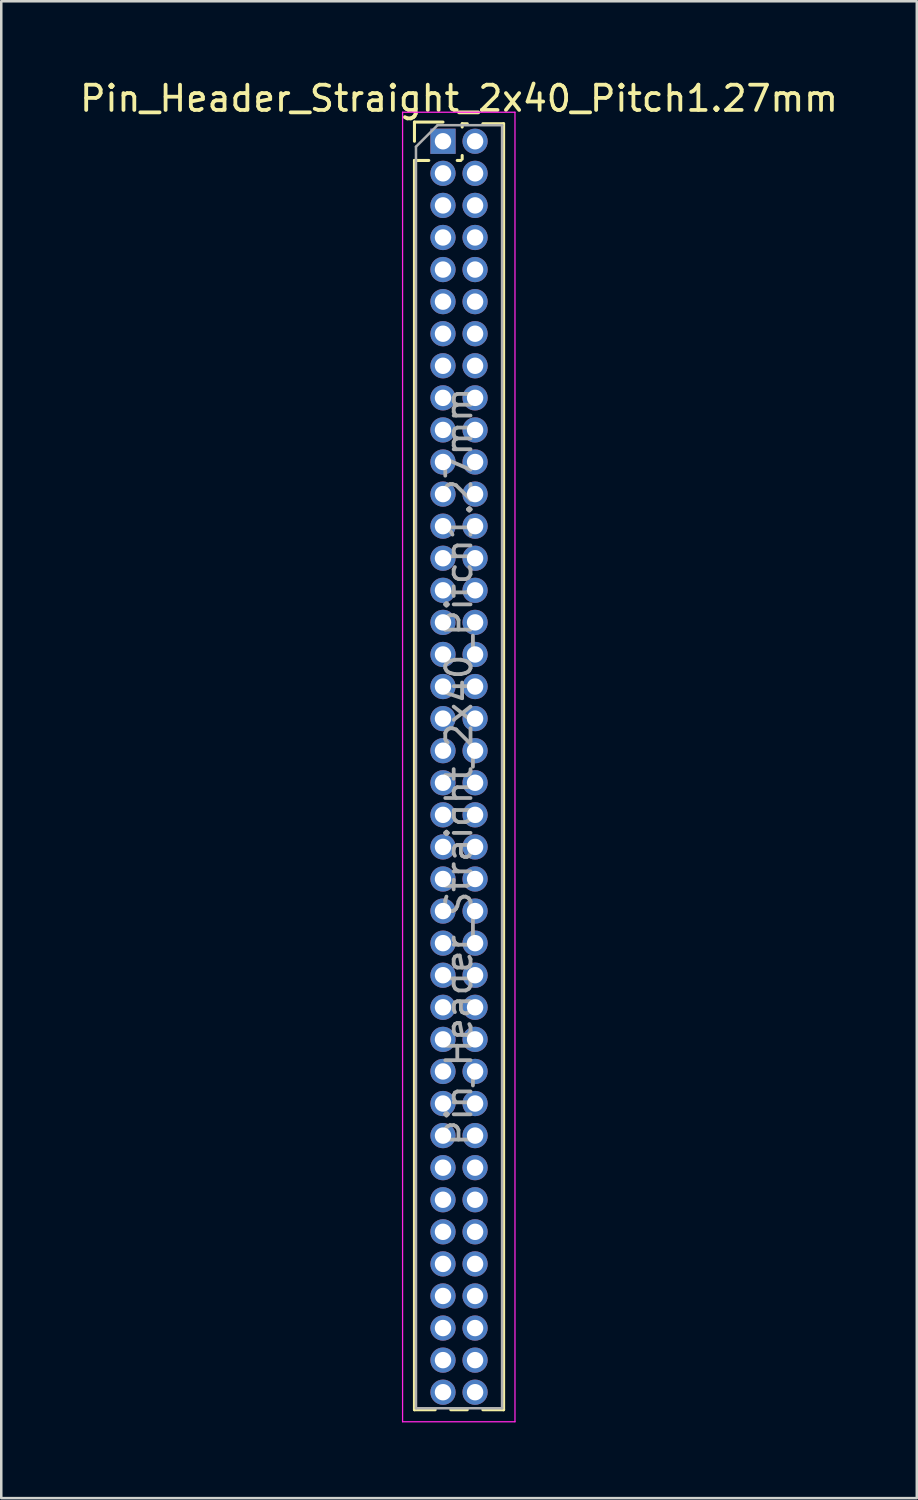
<source format=kicad_pcb>
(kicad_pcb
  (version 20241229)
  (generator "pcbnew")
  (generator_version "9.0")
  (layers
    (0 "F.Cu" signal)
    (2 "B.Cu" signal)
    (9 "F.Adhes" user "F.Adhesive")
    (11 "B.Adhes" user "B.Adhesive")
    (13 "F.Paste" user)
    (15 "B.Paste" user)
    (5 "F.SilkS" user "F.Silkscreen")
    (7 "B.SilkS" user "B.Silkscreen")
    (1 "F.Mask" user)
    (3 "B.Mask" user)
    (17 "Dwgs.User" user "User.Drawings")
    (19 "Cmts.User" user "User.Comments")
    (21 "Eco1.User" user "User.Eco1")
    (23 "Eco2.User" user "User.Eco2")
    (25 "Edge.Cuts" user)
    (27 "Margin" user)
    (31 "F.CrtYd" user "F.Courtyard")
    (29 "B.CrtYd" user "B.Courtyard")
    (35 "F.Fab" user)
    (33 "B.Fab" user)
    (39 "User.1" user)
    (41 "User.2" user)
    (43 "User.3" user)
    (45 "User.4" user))
  (footprint "Pin_Header_Straight_2x40_Pitch1.27mm"
    (layer "F.Cu")
    (at 14.49 2.543)
    (property "Reference" "Pin_Header_Straight_2x40_Pitch1.27mm" (at 0.635 -1.695 0) (layer "F.SilkS") (effects (font (size 1 1) (thickness 0.15))))
    (attr through_hole)
    (fp_line (start -1.13 -0.76) (end 0 -0.76) (stroke (width 0.12) (type solid)) (layer "F.SilkS"))
    (fp_line (start -1.13 0) (end -1.13 -0.76) (stroke (width 0.12) (type solid)) (layer "F.SilkS"))
    (fp_line (start -1.13 0.76) (end -1.13 50.225) (stroke (width 0.12) (type solid)) (layer "F.SilkS"))
    (fp_line (start -1.13 0.76) (end -0.563 0.76) (stroke (width 0.12) (type solid)) (layer "F.SilkS"))
    (fp_line (start -1.13 50.225) (end -0.308 50.225) (stroke (width 0.12) (type solid)) (layer "F.SilkS"))
    (fp_line (start 0.308 50.225) (end 0.962 50.225) (stroke (width 0.12) (type solid)) (layer "F.SilkS"))
    (fp_line (start 0.563 0.76) (end 0.707 0.76) (stroke (width 0.12) (type solid)) (layer "F.SilkS"))
    (fp_line (start 0.76 -0.695) (end 0.962 -0.695) (stroke (width 0.12) (type solid)) (layer "F.SilkS"))
    (fp_line (start 0.76 -0.563) (end 0.76 -0.695) (stroke (width 0.12) (type solid)) (layer "F.SilkS"))
    (fp_line (start 0.76 0.707) (end 0.76 0.563) (stroke (width 0.12) (type solid)) (layer "F.SilkS"))
    (fp_line (start 1.578 -0.695) (end 2.4 -0.695) (stroke (width 0.12) (type solid)) (layer "F.SilkS"))
    (fp_line (start 1.578 50.225) (end 2.4 50.225) (stroke (width 0.12) (type solid)) (layer "F.SilkS"))
    (fp_line (start 2.4 -0.695) (end 2.4 50.225) (stroke (width 0.12) (type solid)) (layer "F.SilkS"))
    (fp_line (start -1.6 -1.15) (end -1.6 50.7) (stroke (width 0.05) (type solid)) (layer "F.CrtYd"))
    (fp_line (start -1.6 50.7) (end 2.85 50.7) (stroke (width 0.05) (type solid)) (layer "F.CrtYd"))
    (fp_line (start 2.85 -1.15) (end -1.6 -1.15) (stroke (width 0.05) (type solid)) (layer "F.CrtYd"))
    (fp_line (start 2.85 50.7) (end 2.85 -1.15) (stroke (width 0.05) (type solid)) (layer "F.CrtYd"))
    (fp_line (start -1.07 0.217) (end -0.217 -0.635) (stroke (width 0.1) (type solid)) (layer "F.Fab"))
    (fp_line (start -1.07 50.165) (end -1.07 0.217) (stroke (width 0.1) (type solid)) (layer "F.Fab"))
    (fp_line (start -0.217 -0.635) (end 2.34 -0.635) (stroke (width 0.1) (type solid)) (layer "F.Fab"))
    (fp_line (start 2.34 -0.635) (end 2.34 50.165) (stroke (width 0.1) (type solid)) (layer "F.Fab"))
    (fp_line (start 2.34 50.165) (end -1.07 50.165) (stroke (width 0.1) (type solid)) (layer "F.Fab"))
    (fp_text user "${REFERENCE}" (at 0.635 24.765 90) (layer "F.Fab") (effects (font (size 1 1) (thickness 0.15))))
    (pad "1" thru_hole rect (at 0 0) (size 1 1) (drill 0.65) (layers "*.Cu" "*.Mask"))
    (pad "2" thru_hole oval (at 1.27 0) (size 1 1) (drill 0.65) (layers "*.Cu" "*.Mask"))
    (pad "3" thru_hole oval (at 0 1.27) (size 1 1) (drill 0.65) (layers "*.Cu" "*.Mask"))
    (pad "4" thru_hole oval (at 1.27 1.27) (size 1 1) (drill 0.65) (layers "*.Cu" "*.Mask"))
    (pad "5" thru_hole oval (at 0 2.54) (size 1 1) (drill 0.65) (layers "*.Cu" "*.Mask"))
    (pad "6" thru_hole oval (at 1.27 2.54) (size 1 1) (drill 0.65) (layers "*.Cu" "*.Mask"))
    (pad "7" thru_hole oval (at 0 3.81) (size 1 1) (drill 0.65) (layers "*.Cu" "*.Mask"))
    (pad "8" thru_hole oval (at 1.27 3.81) (size 1 1) (drill 0.65) (layers "*.Cu" "*.Mask"))
    (pad "9" thru_hole oval (at 0 5.08) (size 1 1) (drill 0.65) (layers "*.Cu" "*.Mask"))
    (pad "10" thru_hole oval (at 1.27 5.08) (size 1 1) (drill 0.65) (layers "*.Cu" "*.Mask"))
    (pad "11" thru_hole oval (at 0 6.35) (size 1 1) (drill 0.65) (layers "*.Cu" "*.Mask"))
    (pad "12" thru_hole oval (at 1.27 6.35) (size 1 1) (drill 0.65) (layers "*.Cu" "*.Mask"))
    (pad "13" thru_hole oval (at 0 7.62) (size 1 1) (drill 0.65) (layers "*.Cu" "*.Mask"))
    (pad "14" thru_hole oval (at 1.27 7.62) (size 1 1) (drill 0.65) (layers "*.Cu" "*.Mask"))
    (pad "15" thru_hole oval (at 0 8.89) (size 1 1) (drill 0.65) (layers "*.Cu" "*.Mask"))
    (pad "16" thru_hole oval (at 1.27 8.89) (size 1 1) (drill 0.65) (layers "*.Cu" "*.Mask"))
    (pad "17" thru_hole oval (at 0 10.16) (size 1 1) (drill 0.65) (layers "*.Cu" "*.Mask"))
    (pad "18" thru_hole oval (at 1.27 10.16) (size 1 1) (drill 0.65) (layers "*.Cu" "*.Mask"))
    (pad "19" thru_hole oval (at 0 11.43) (size 1 1) (drill 0.65) (layers "*.Cu" "*.Mask"))
    (pad "20" thru_hole oval (at 1.27 11.43) (size 1 1) (drill 0.65) (layers "*.Cu" "*.Mask"))
    (pad "21" thru_hole oval (at 0 12.7) (size 1 1) (drill 0.65) (layers "*.Cu" "*.Mask"))
    (pad "22" thru_hole oval (at 1.27 12.7) (size 1 1) (drill 0.65) (layers "*.Cu" "*.Mask"))
    (pad "23" thru_hole oval (at 0 13.97) (size 1 1) (drill 0.65) (layers "*.Cu" "*.Mask"))
    (pad "24" thru_hole oval (at 1.27 13.97) (size 1 1) (drill 0.65) (layers "*.Cu" "*.Mask"))
    (pad "25" thru_hole oval (at 0 15.24) (size 1 1) (drill 0.65) (layers "*.Cu" "*.Mask"))
    (pad "26" thru_hole oval (at 1.27 15.24) (size 1 1) (drill 0.65) (layers "*.Cu" "*.Mask"))
    (pad "27" thru_hole oval (at 0 16.51) (size 1 1) (drill 0.65) (layers "*.Cu" "*.Mask"))
    (pad "28" thru_hole oval (at 1.27 16.51) (size 1 1) (drill 0.65) (layers "*.Cu" "*.Mask"))
    (pad "29" thru_hole oval (at 0 17.78) (size 1 1) (drill 0.65) (layers "*.Cu" "*.Mask"))
    (pad "30" thru_hole oval (at 1.27 17.78) (size 1 1) (drill 0.65) (layers "*.Cu" "*.Mask"))
    (pad "31" thru_hole oval (at 0 19.05) (size 1 1) (drill 0.65) (layers "*.Cu" "*.Mask"))
    (pad "32" thru_hole oval (at 1.27 19.05) (size 1 1) (drill 0.65) (layers "*.Cu" "*.Mask"))
    (pad "33" thru_hole oval (at 0 20.32) (size 1 1) (drill 0.65) (layers "*.Cu" "*.Mask"))
    (pad "34" thru_hole oval (at 1.27 20.32) (size 1 1) (drill 0.65) (layers "*.Cu" "*.Mask"))
    (pad "35" thru_hole oval (at 0 21.59) (size 1 1) (drill 0.65) (layers "*.Cu" "*.Mask"))
    (pad "36" thru_hole oval (at 1.27 21.59) (size 1 1) (drill 0.65) (layers "*.Cu" "*.Mask"))
    (pad "37" thru_hole oval (at 0 22.86) (size 1 1) (drill 0.65) (layers "*.Cu" "*.Mask"))
    (pad "38" thru_hole oval (at 1.27 22.86) (size 1 1) (drill 0.65) (layers "*.Cu" "*.Mask"))
    (pad "39" thru_hole oval (at 0 24.13) (size 1 1) (drill 0.65) (layers "*.Cu" "*.Mask"))
    (pad "40" thru_hole oval (at 1.27 24.13) (size 1 1) (drill 0.65) (layers "*.Cu" "*.Mask"))
    (pad "41" thru_hole oval (at 0 25.4) (size 1 1) (drill 0.65) (layers "*.Cu" "*.Mask"))
    (pad "42" thru_hole oval (at 1.27 25.4) (size 1 1) (drill 0.65) (layers "*.Cu" "*.Mask"))
    (pad "43" thru_hole oval (at 0 26.67) (size 1 1) (drill 0.65) (layers "*.Cu" "*.Mask"))
    (pad "44" thru_hole oval (at 1.27 26.67) (size 1 1) (drill 0.65) (layers "*.Cu" "*.Mask"))
    (pad "45" thru_hole oval (at 0 27.94) (size 1 1) (drill 0.65) (layers "*.Cu" "*.Mask"))
    (pad "46" thru_hole oval (at 1.27 27.94) (size 1 1) (drill 0.65) (layers "*.Cu" "*.Mask"))
    (pad "47" thru_hole oval (at 0 29.21) (size 1 1) (drill 0.65) (layers "*.Cu" "*.Mask"))
    (pad "48" thru_hole oval (at 1.27 29.21) (size 1 1) (drill 0.65) (layers "*.Cu" "*.Mask"))
    (pad "49" thru_hole oval (at 0 30.48) (size 1 1) (drill 0.65) (layers "*.Cu" "*.Mask"))
    (pad "50" thru_hole oval (at 1.27 30.48) (size 1 1) (drill 0.65) (layers "*.Cu" "*.Mask"))
    (pad "51" thru_hole oval (at 0 31.75) (size 1 1) (drill 0.65) (layers "*.Cu" "*.Mask"))
    (pad "52" thru_hole oval (at 1.27 31.75) (size 1 1) (drill 0.65) (layers "*.Cu" "*.Mask"))
    (pad "53" thru_hole oval (at 0 33.02) (size 1 1) (drill 0.65) (layers "*.Cu" "*.Mask"))
    (pad "54" thru_hole oval (at 1.27 33.02) (size 1 1) (drill 0.65) (layers "*.Cu" "*.Mask"))
    (pad "55" thru_hole oval (at 0 34.29) (size 1 1) (drill 0.65) (layers "*.Cu" "*.Mask"))
    (pad "56" thru_hole oval (at 1.27 34.29) (size 1 1) (drill 0.65) (layers "*.Cu" "*.Mask"))
    (pad "57" thru_hole oval (at 0 35.56) (size 1 1) (drill 0.65) (layers "*.Cu" "*.Mask"))
    (pad "58" thru_hole oval (at 1.27 35.56) (size 1 1) (drill 0.65) (layers "*.Cu" "*.Mask"))
    (pad "59" thru_hole oval (at 0 36.83) (size 1 1) (drill 0.65) (layers "*.Cu" "*.Mask"))
    (pad "60" thru_hole oval (at 1.27 36.83) (size 1 1) (drill 0.65) (layers "*.Cu" "*.Mask"))
    (pad "61" thru_hole oval (at 0 38.1) (size 1 1) (drill 0.65) (layers "*.Cu" "*.Mask"))
    (pad "62" thru_hole oval (at 1.27 38.1) (size 1 1) (drill 0.65) (layers "*.Cu" "*.Mask"))
    (pad "63" thru_hole oval (at 0 39.37) (size 1 1) (drill 0.65) (layers "*.Cu" "*.Mask"))
    (pad "64" thru_hole oval (at 1.27 39.37) (size 1 1) (drill 0.65) (layers "*.Cu" "*.Mask"))
    (pad "65" thru_hole oval (at 0 40.64) (size 1 1) (drill 0.65) (layers "*.Cu" "*.Mask"))
    (pad "66" thru_hole oval (at 1.27 40.64) (size 1 1) (drill 0.65) (layers "*.Cu" "*.Mask"))
    (pad "67" thru_hole oval (at 0 41.91) (size 1 1) (drill 0.65) (layers "*.Cu" "*.Mask"))
    (pad "68" thru_hole oval (at 1.27 41.91) (size 1 1) (drill 0.65) (layers "*.Cu" "*.Mask"))
    (pad "69" thru_hole oval (at 0 43.18) (size 1 1) (drill 0.65) (layers "*.Cu" "*.Mask"))
    (pad "70" thru_hole oval (at 1.27 43.18) (size 1 1) (drill 0.65) (layers "*.Cu" "*.Mask"))
    (pad "71" thru_hole oval (at 0 44.45) (size 1 1) (drill 0.65) (layers "*.Cu" "*.Mask"))
    (pad "72" thru_hole oval (at 1.27 44.45) (size 1 1) (drill 0.65) (layers "*.Cu" "*.Mask"))
    (pad "73" thru_hole oval (at 0 45.72) (size 1 1) (drill 0.65) (layers "*.Cu" "*.Mask"))
    (pad "74" thru_hole oval (at 1.27 45.72) (size 1 1) (drill 0.65) (layers "*.Cu" "*.Mask"))
    (pad "75" thru_hole oval (at 0 46.99) (size 1 1) (drill 0.65) (layers "*.Cu" "*.Mask"))
    (pad "76" thru_hole oval (at 1.27 46.99) (size 1 1) (drill 0.65) (layers "*.Cu" "*.Mask"))
    (pad "77" thru_hole oval (at 0 48.26) (size 1 1) (drill 0.65) (layers "*.Cu" "*.Mask"))
    (pad "78" thru_hole oval (at 1.27 48.26) (size 1 1) (drill 0.65) (layers "*.Cu" "*.Mask"))
    (pad "79" thru_hole oval (at 0 49.53) (size 1 1) (drill 0.65) (layers "*.Cu" "*.Mask"))
    (pad "80" thru_hole oval (at 1.27 49.53) (size 1 1) (drill 0.65) (layers "*.Cu" "*.Mask")))
  (gr_rect
    (start -3 -3)
    (end 33.25 56.268)
    (stroke (width 0.1) (type default))
    (fill no)
    (layer "Edge.Cuts")))
</source>
